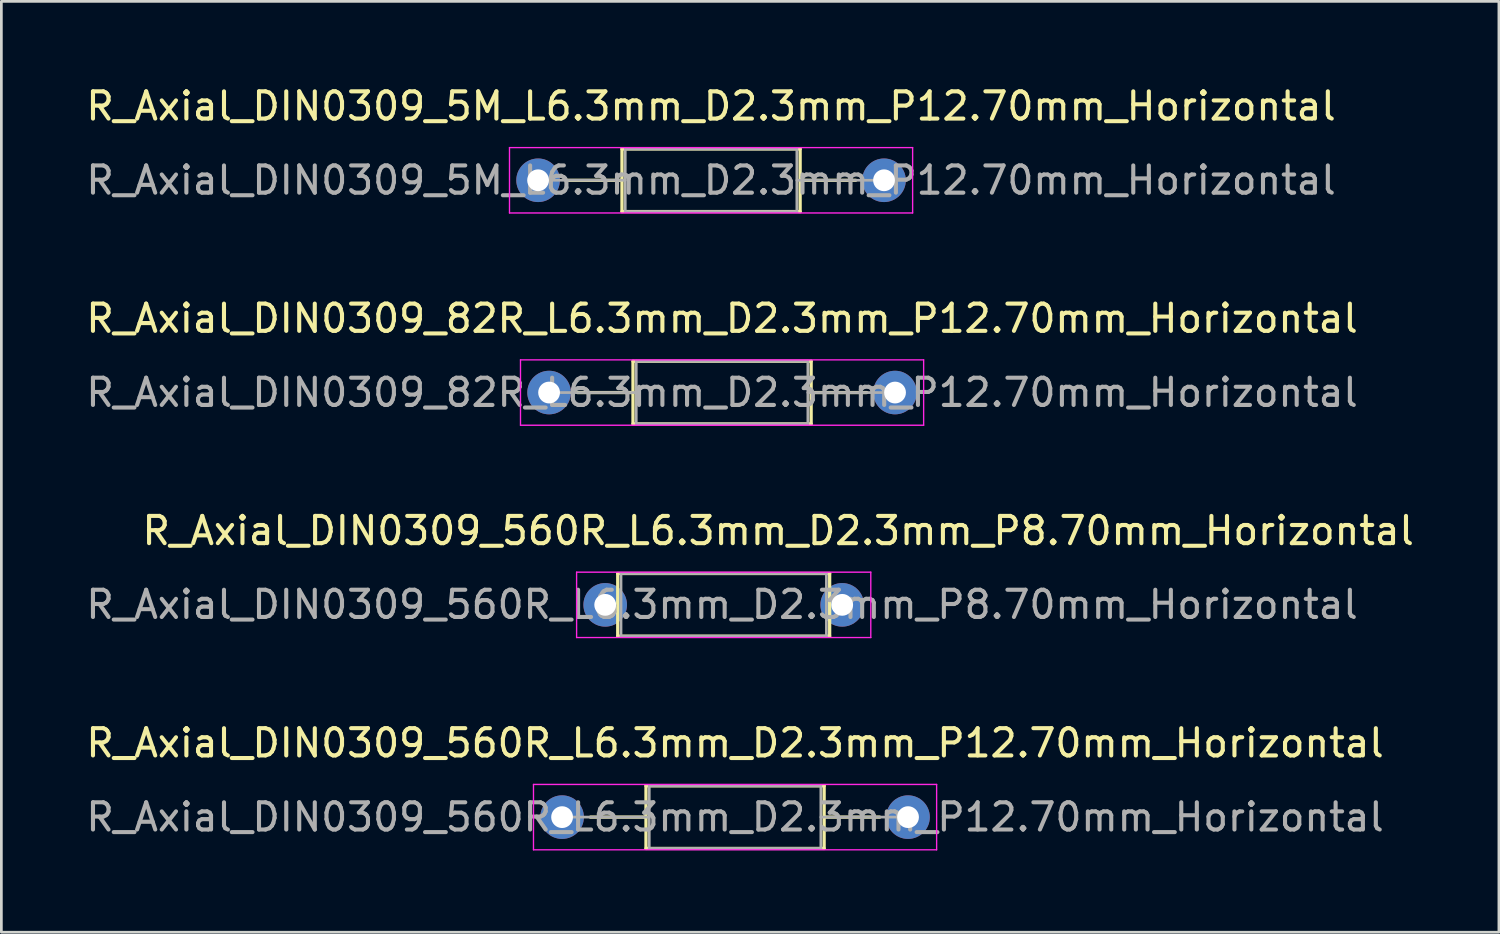
<source format=kicad_pcb>
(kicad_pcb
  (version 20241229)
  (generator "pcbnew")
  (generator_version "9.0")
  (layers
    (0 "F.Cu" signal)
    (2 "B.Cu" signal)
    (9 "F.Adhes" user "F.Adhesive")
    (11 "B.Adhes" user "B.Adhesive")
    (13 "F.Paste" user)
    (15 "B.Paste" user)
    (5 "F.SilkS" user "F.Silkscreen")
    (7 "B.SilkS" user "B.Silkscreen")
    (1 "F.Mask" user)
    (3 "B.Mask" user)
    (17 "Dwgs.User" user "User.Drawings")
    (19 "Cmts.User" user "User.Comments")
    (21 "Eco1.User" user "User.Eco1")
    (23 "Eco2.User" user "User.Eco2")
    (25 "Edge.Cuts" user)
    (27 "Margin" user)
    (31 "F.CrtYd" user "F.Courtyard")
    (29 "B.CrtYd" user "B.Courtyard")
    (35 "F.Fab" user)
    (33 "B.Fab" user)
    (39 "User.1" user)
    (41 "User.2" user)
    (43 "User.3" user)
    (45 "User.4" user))
  (footprint "R_Axial_DIN0309_5M_L6.3mm_D2.3mm_P12.70mm_Horizontal"
    (layer "F.Cu")
    (at 16.704 3.568)
    (property "Reference" "R_Axial_DIN0309_5M_L6.3mm_D2.3mm_P12.70mm_Horizontal" (at 6.35 -2.72 180) (layer "F.SilkS") (effects (font (size 1 1) (thickness 0.15))))
    (attr through_hole)
    (fp_circle (center 0 0) (end 1.2 0) (stroke (width 0) (type solid)) (fill yes) (layer "B.Mask"))
    (fp_circle (center 12.7 0) (end 13.9 0) (stroke (width 0) (type solid)) (fill yes) (layer "B.Mask"))
    (fp_line (start 1.04 0) (end 3.08 0) (stroke (width 0.12) (type solid)) (layer "F.SilkS"))
    (fp_line (start 3.08 -1.15) (end 3.08 1.15) (stroke (width 0.12) (type solid)) (layer "F.SilkS"))
    (fp_line (start 3.08 1.15) (end 9.62 1.15) (stroke (width 0.12) (type solid)) (layer "F.SilkS"))
    (fp_line (start 9.62 -1.15) (end 3.08 -1.15) (stroke (width 0.12) (type solid)) (layer "F.SilkS"))
    (fp_line (start 9.62 1.15) (end 9.62 -1.15) (stroke (width 0.12) (type solid)) (layer "F.SilkS"))
    (fp_line (start 11.66 0) (end 9.62 0) (stroke (width 0.12) (type solid)) (layer "F.SilkS"))
    (fp_line (start -1.05 -1.2) (end -1.05 1.2) (stroke (width 0.05) (type solid)) (layer "F.CrtYd"))
    (fp_line (start -1.05 1.2) (end 13.75 1.2) (stroke (width 0.05) (type solid)) (layer "F.CrtYd"))
    (fp_line (start 13.75 -1.2) (end -1.05 -1.2) (stroke (width 0.05) (type solid)) (layer "F.CrtYd"))
    (fp_line (start 13.75 1.2) (end 13.75 -1.2) (stroke (width 0.05) (type solid)) (layer "F.CrtYd"))
    (fp_line (start 0 0) (end 3.2 0) (stroke (width 0.1) (type solid)) (layer "F.Fab"))
    (fp_line (start 3.2 -1.15) (end 3.2 1.15) (stroke (width 0.1) (type solid)) (layer "F.Fab"))
    (fp_line (start 3.2 1.15) (end 9.5 1.15) (stroke (width 0.1) (type solid)) (layer "F.Fab"))
    (fp_line (start 9.5 -1.15) (end 3.2 -1.15) (stroke (width 0.1) (type solid)) (layer "F.Fab"))
    (fp_line (start 9.5 1.15) (end 9.5 -1.15) (stroke (width 0.1) (type solid)) (layer "F.Fab"))
    (fp_line (start 12.7 0) (end 9.5 0) (stroke (width 0.1) (type solid)) (layer "F.Fab"))
    (fp_text user "${REFERENCE}" (at 6.35 0 180) (layer "F.Fab") (effects (font (size 1 1) (thickness 0.15))))
    (pad "1" thru_hole circle (at 0 0) (size 1.6 1.6) (drill 0.8) (layers "*.Cu" "*.Mask"))
    (pad "2" thru_hole oval (at 12.7 0) (size 1.6 1.6) (drill 0.8) (layers "*.Cu" "*.Mask")))
  (footprint "R_Axial_DIN0309_82R_L6.3mm_D2.3mm_P12.70mm_Horizontal"
    (layer "F.Cu")
    (at 17.108 11.361)
    (property "Reference" "R_Axial_DIN0309_82R_L6.3mm_D2.3mm_P12.70mm_Horizontal" (at 6.35 -2.72 180) (layer "F.SilkS") (effects (font (size 1 1) (thickness 0.15))))
    (attr through_hole)
    (fp_circle (center 0 0) (end 1.2 0) (stroke (width 0) (type solid)) (fill yes) (layer "B.Mask"))
    (fp_circle (center 12.7 0) (end 13.9 0) (stroke (width 0) (type solid)) (fill yes) (layer "B.Mask"))
    (fp_line (start 1.04 0) (end 3.08 0) (stroke (width 0.12) (type solid)) (layer "F.SilkS"))
    (fp_line (start 3.08 -1.15) (end 3.08 1.15) (stroke (width 0.12) (type solid)) (layer "F.SilkS"))
    (fp_line (start 3.08 1.15) (end 9.62 1.15) (stroke (width 0.12) (type solid)) (layer "F.SilkS"))
    (fp_line (start 9.62 -1.15) (end 3.08 -1.15) (stroke (width 0.12) (type solid)) (layer "F.SilkS"))
    (fp_line (start 9.62 1.15) (end 9.62 -1.15) (stroke (width 0.12) (type solid)) (layer "F.SilkS"))
    (fp_line (start 11.66 0) (end 9.62 0) (stroke (width 0.12) (type solid)) (layer "F.SilkS"))
    (fp_line (start -1.05 -1.2) (end -1.05 1.2) (stroke (width 0.05) (type solid)) (layer "F.CrtYd"))
    (fp_line (start -1.05 1.2) (end 13.75 1.2) (stroke (width 0.05) (type solid)) (layer "F.CrtYd"))
    (fp_line (start 13.75 -1.2) (end -1.05 -1.2) (stroke (width 0.05) (type solid)) (layer "F.CrtYd"))
    (fp_line (start 13.75 1.2) (end 13.75 -1.2) (stroke (width 0.05) (type solid)) (layer "F.CrtYd"))
    (fp_line (start 0 0) (end 3.2 0) (stroke (width 0.1) (type solid)) (layer "F.Fab"))
    (fp_line (start 3.2 -1.15) (end 3.2 1.15) (stroke (width 0.1) (type solid)) (layer "F.Fab"))
    (fp_line (start 3.2 1.15) (end 9.5 1.15) (stroke (width 0.1) (type solid)) (layer "F.Fab"))
    (fp_line (start 9.5 -1.15) (end 3.2 -1.15) (stroke (width 0.1) (type solid)) (layer "F.Fab"))
    (fp_line (start 9.5 1.15) (end 9.5 -1.15) (stroke (width 0.1) (type solid)) (layer "F.Fab"))
    (fp_line (start 12.7 0) (end 9.5 0) (stroke (width 0.1) (type solid)) (layer "F.Fab"))
    (fp_text user "${REFERENCE}" (at 6.35 0 180) (layer "F.Fab") (effects (font (size 1 1) (thickness 0.15))))
    (pad "1" thru_hole circle (at 0 0) (size 1.6 1.6) (drill 0.8) (layers "*.Cu" "*.Mask"))
    (pad "2" thru_hole oval (at 12.7 0) (size 1.6 1.6) (drill 0.8) (layers "*.Cu" "*.Mask")))
  (footprint "R_Axial_DIN0309_560R_L6.3mm_D2.3mm_P8.70mm_Horizontal"
    (layer "F.Cu")
    (at 19.168 19.155)
    (property "Reference" "R_Axial_DIN0309_560R_L6.3mm_D2.3mm_P8.70mm_Horizontal" (at 6.35 -2.72 180) (layer "F.SilkS") (effects (font (size 1 1) (thickness 0.15))))
    (attr through_hole)
    (fp_circle (center 0 0) (end 1.2 0) (stroke (width 0) (type solid)) (fill yes) (layer "B.Mask"))
    (fp_circle (center 8.7 0) (end 9.9 0) (stroke (width 0) (type solid)) (fill yes) (layer "B.Mask"))
    (fp_line (start 0.46 -1.15) (end 0.46 1.15) (stroke (width 0.12) (type solid)) (layer "F.SilkS"))
    (fp_line (start 0.46 1.15) (end 8.24 1.15) (stroke (width 0.12) (type solid)) (layer "F.SilkS"))
    (fp_line (start 8.24 -1.15) (end 0.46 -1.15) (stroke (width 0.12) (type solid)) (layer "F.SilkS"))
    (fp_line (start 8.24 1.15) (end 8.24 -1.15) (stroke (width 0.12) (type solid)) (layer "F.SilkS"))
    (fp_line (start -1.05 -1.2) (end -1.05 1.2) (stroke (width 0.05) (type solid)) (layer "F.CrtYd"))
    (fp_line (start -1.05 1.2) (end 9.75 1.2) (stroke (width 0.05) (type solid)) (layer "F.CrtYd"))
    (fp_line (start 9.75 -1.2) (end -1.05 -1.2) (stroke (width 0.05) (type solid)) (layer "F.CrtYd"))
    (fp_line (start 9.75 1.2) (end 9.75 -1.2) (stroke (width 0.05) (type solid)) (layer "F.CrtYd"))
    (fp_line (start 0.58 -1.15) (end 0.58 1.15) (stroke (width 0.1) (type solid)) (layer "F.Fab"))
    (fp_line (start 0.58 1.15) (end 8.12 1.15) (stroke (width 0.1) (type solid)) (layer "F.Fab"))
    (fp_line (start 8.12 -1.15) (end 0.58 -1.15) (stroke (width 0.1) (type solid)) (layer "F.Fab"))
    (fp_line (start 8.12 1.15) (end 8.12 -1.15) (stroke (width 0.1) (type solid)) (layer "F.Fab"))
    (fp_text user "${REFERENCE}" (at 4.29 -0.01 180) (layer "F.Fab") (effects (font (size 1 1) (thickness 0.15))))
    (pad "1" thru_hole circle (at 0 0) (size 1.6 1.6) (drill 0.8) (layers "*.Cu" "*.Mask"))
    (pad "2" thru_hole oval (at 8.7 0) (size 1.6 1.6) (drill 0.8) (layers "*.Cu" "*.Mask")))
  (footprint "R_Axial_DIN0309_560R_L6.3mm_D2.3mm_P12.70mm_Horizontal"
    (layer "F.Cu")
    (at 17.585 26.948)
    (property "Reference" "R_Axial_DIN0309_560R_L6.3mm_D2.3mm_P12.70mm_Horizontal" (at 6.35 -2.72 180) (layer "F.SilkS") (effects (font (size 1 1) (thickness 0.15))))
    (attr through_hole)
    (fp_circle (center 0 0) (end 1.2 0) (stroke (width 0) (type solid)) (fill yes) (layer "B.Mask"))
    (fp_circle (center 12.7 0) (end 13.9 0) (stroke (width 0) (type solid)) (fill yes) (layer "B.Mask"))
    (fp_line (start 1.04 0) (end 3.08 0) (stroke (width 0.12) (type solid)) (layer "F.SilkS"))
    (fp_line (start 3.08 -1.15) (end 3.08 1.15) (stroke (width 0.12) (type solid)) (layer "F.SilkS"))
    (fp_line (start 3.08 1.15) (end 9.62 1.15) (stroke (width 0.12) (type solid)) (layer "F.SilkS"))
    (fp_line (start 9.62 -1.15) (end 3.08 -1.15) (stroke (width 0.12) (type solid)) (layer "F.SilkS"))
    (fp_line (start 9.62 1.15) (end 9.62 -1.15) (stroke (width 0.12) (type solid)) (layer "F.SilkS"))
    (fp_line (start 11.66 0) (end 9.62 0) (stroke (width 0.12) (type solid)) (layer "F.SilkS"))
    (fp_line (start -1.05 -1.2) (end -1.05 1.2) (stroke (width 0.05) (type solid)) (layer "F.CrtYd"))
    (fp_line (start -1.05 1.2) (end 13.75 1.2) (stroke (width 0.05) (type solid)) (layer "F.CrtYd"))
    (fp_line (start 13.75 -1.2) (end -1.05 -1.2) (stroke (width 0.05) (type solid)) (layer "F.CrtYd"))
    (fp_line (start 13.75 1.2) (end 13.75 -1.2) (stroke (width 0.05) (type solid)) (layer "F.CrtYd"))
    (fp_line (start 0 0) (end 3.2 0) (stroke (width 0.1) (type solid)) (layer "F.Fab"))
    (fp_line (start 3.2 -1.15) (end 3.2 1.15) (stroke (width 0.1) (type solid)) (layer "F.Fab"))
    (fp_line (start 3.2 1.15) (end 9.5 1.15) (stroke (width 0.1) (type solid)) (layer "F.Fab"))
    (fp_line (start 9.5 -1.15) (end 3.2 -1.15) (stroke (width 0.1) (type solid)) (layer "F.Fab"))
    (fp_line (start 9.5 1.15) (end 9.5 -1.15) (stroke (width 0.1) (type solid)) (layer "F.Fab"))
    (fp_line (start 12.7 0) (end 9.5 0) (stroke (width 0.1) (type solid)) (layer "F.Fab"))
    (fp_text user "${REFERENCE}" (at 6.35 0 180) (layer "F.Fab") (effects (font (size 1 1) (thickness 0.15))))
    (pad "1" thru_hole circle (at 0 0) (size 1.6 1.6) (drill 0.8) (layers "*.Cu" "*.Mask"))
    (pad "2" thru_hole oval (at 12.7 0) (size 1.6 1.6) (drill 0.8) (layers "*.Cu" "*.Mask")))
  (gr_rect
    (start -3 -3)
    (end 51.977 31.173)
    (stroke (width 0.1) (type default))
    (fill no)
    (layer "Edge.Cuts")))
</source>
